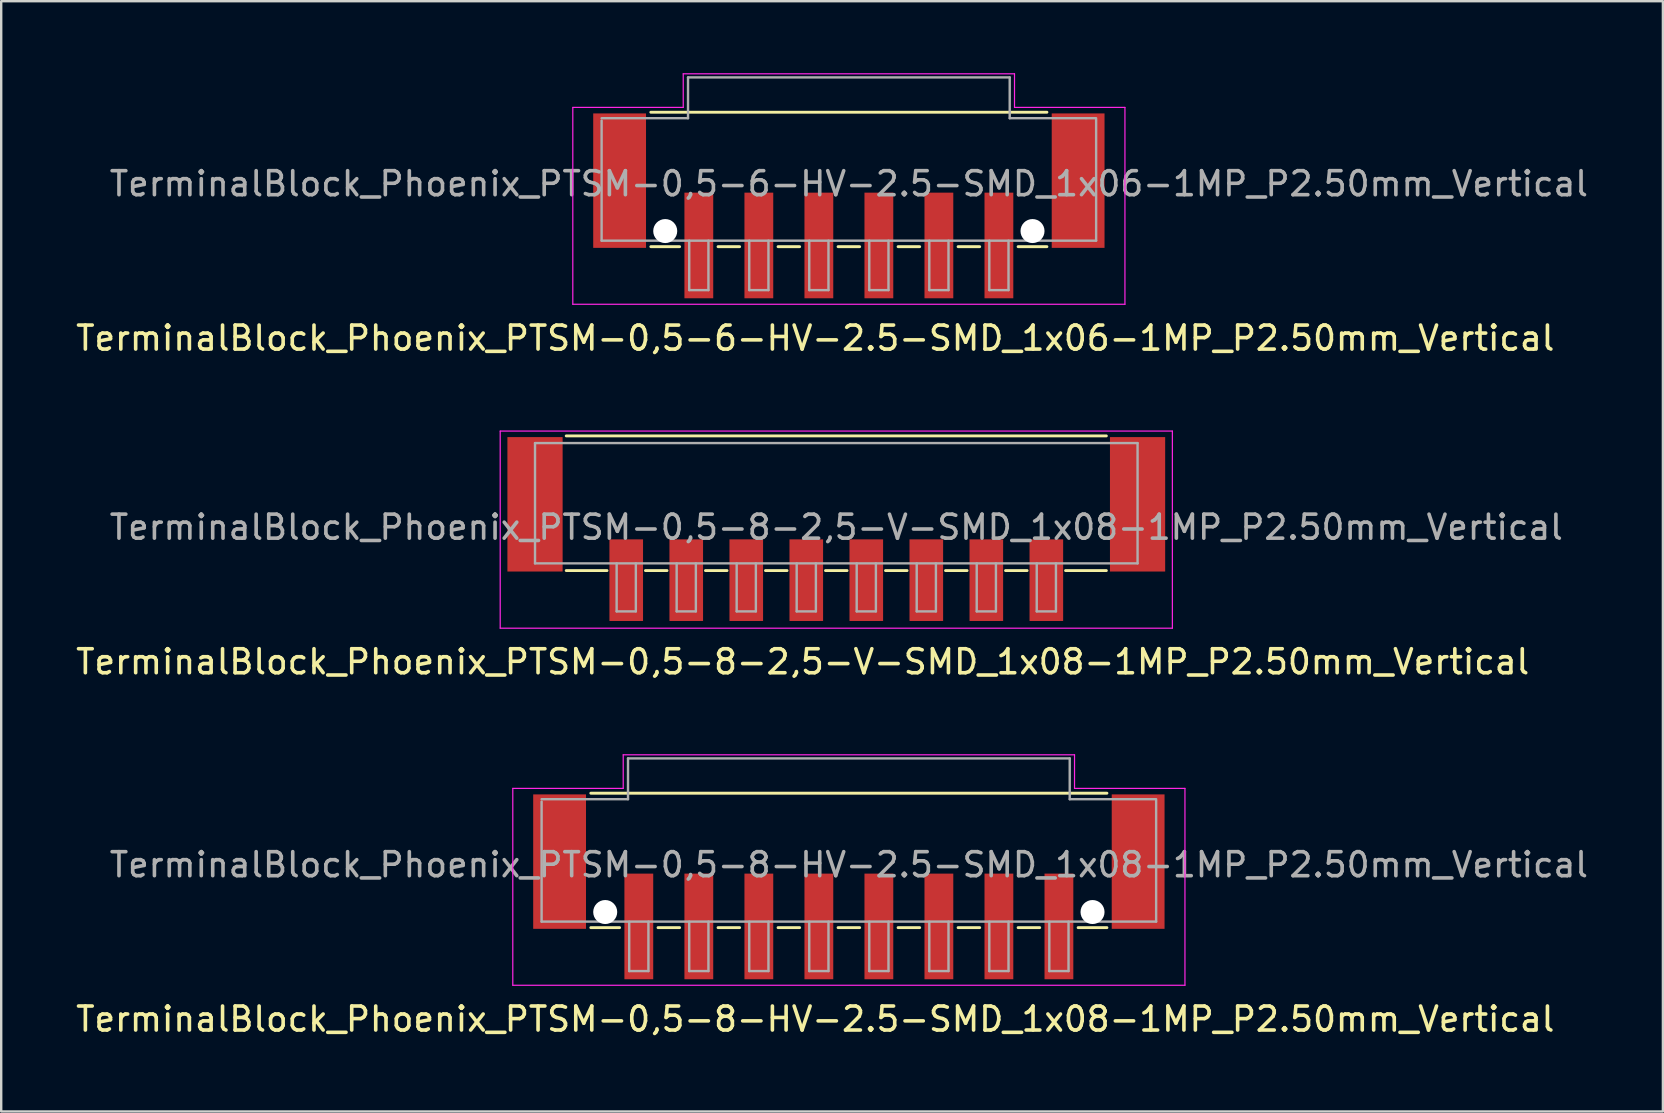
<source format=kicad_pcb>
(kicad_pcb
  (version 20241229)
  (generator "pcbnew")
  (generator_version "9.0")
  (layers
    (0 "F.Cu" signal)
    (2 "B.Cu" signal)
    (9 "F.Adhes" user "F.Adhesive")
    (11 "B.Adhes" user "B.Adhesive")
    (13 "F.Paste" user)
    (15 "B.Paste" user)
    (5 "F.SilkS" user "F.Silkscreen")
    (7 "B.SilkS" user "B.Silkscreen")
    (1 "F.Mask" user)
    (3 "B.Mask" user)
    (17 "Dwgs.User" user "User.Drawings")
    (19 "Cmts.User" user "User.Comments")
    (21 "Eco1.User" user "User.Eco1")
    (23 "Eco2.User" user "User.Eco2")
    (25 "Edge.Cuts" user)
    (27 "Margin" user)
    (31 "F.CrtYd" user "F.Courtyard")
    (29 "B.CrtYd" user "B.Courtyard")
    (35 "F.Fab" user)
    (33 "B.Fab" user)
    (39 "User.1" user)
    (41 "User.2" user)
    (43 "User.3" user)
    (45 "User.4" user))
  (footprint "TerminalBlock_Phoenix_PTSM-0,5-8-2,5-V-SMD_1x08-1MP_P2.50mm_Vertical"
    (layer "F.Cu")
    (at 31.787 18.988)
    (property "Reference" "TerminalBlock_Phoenix_PTSM-0,5-8-2,5-V-SMD_1x08-1MP_P2.50mm_Vertical" (at -1.4 5.53 0) (layer "F.SilkS") (effects (font (size 1 1) (thickness 0.15))))
    (attr smd)
    (fp_line (start -11.25 -3.88) (end 11.25 -3.88) (stroke (width 0.12) (type solid)) (layer "F.SilkS"))
    (fp_line (start -9.55 1.73) (end -11.25 1.73) (stroke (width 0.12) (type solid)) (layer "F.SilkS"))
    (fp_line (start -7.05 1.73) (end -7.95 1.73) (stroke (width 0.12) (type solid)) (layer "F.SilkS"))
    (fp_line (start -4.55 1.73) (end -5.45 1.73) (stroke (width 0.12) (type solid)) (layer "F.SilkS"))
    (fp_line (start -2.05 1.73) (end -2.95 1.73) (stroke (width 0.12) (type solid)) (layer "F.SilkS"))
    (fp_line (start 0.45 1.73) (end -0.45 1.73) (stroke (width 0.12) (type solid)) (layer "F.SilkS"))
    (fp_line (start 2.95 1.73) (end 2.05 1.73) (stroke (width 0.12) (type solid)) (layer "F.SilkS"))
    (fp_line (start 5.45 1.73) (end 4.55 1.73) (stroke (width 0.12) (type solid)) (layer "F.SilkS"))
    (fp_line (start 7.95 1.73) (end 7.05 1.73) (stroke (width 0.12) (type solid)) (layer "F.SilkS"))
    (fp_line (start 11.25 1.73) (end 9.55 1.73) (stroke (width 0.12) (type solid)) (layer "F.SilkS"))
    (fp_line (start -14 -4.08) (end 14 -4.08) (stroke (width 0.05) (type solid)) (layer "F.CrtYd"))
    (fp_line (start -14 4.13) (end -14 -4.08) (stroke (width 0.05) (type solid)) (layer "F.CrtYd"))
    (fp_line (start 14 -4.08) (end 14 4.13) (stroke (width 0.05) (type solid)) (layer "F.CrtYd"))
    (fp_line (start 14 4.13) (end -14 4.13) (stroke (width 0.05) (type solid)) (layer "F.CrtYd"))
    (fp_line (start -12.55 -3.58) (end 12.55 -3.58) (stroke (width 0.1) (type solid)) (layer "F.Fab"))
    (fp_line (start -12.55 1.43) (end -12.55 -3.58) (stroke (width 0.1) (type solid)) (layer "F.Fab"))
    (fp_line (start -9.15 1.43) (end -9.15 3.43) (stroke (width 0.1) (type solid)) (layer "F.Fab"))
    (fp_line (start -9.15 3.43) (end -8.35 3.43) (stroke (width 0.1) (type solid)) (layer "F.Fab"))
    (fp_line (start -8.35 1.43) (end -8.35 3.43) (stroke (width 0.1) (type solid)) (layer "F.Fab"))
    (fp_line (start -6.65 1.43) (end -6.65 3.43) (stroke (width 0.1) (type solid)) (layer "F.Fab"))
    (fp_line (start -6.65 3.43) (end -5.85 3.43) (stroke (width 0.1) (type solid)) (layer "F.Fab"))
    (fp_line (start -5.85 1.43) (end -5.85 3.43) (stroke (width 0.1) (type solid)) (layer "F.Fab"))
    (fp_line (start -4.15 1.43) (end -4.15 3.43) (stroke (width 0.1) (type solid)) (layer "F.Fab"))
    (fp_line (start -4.15 3.43) (end -3.35 3.43) (stroke (width 0.1) (type solid)) (layer "F.Fab"))
    (fp_line (start -3.35 1.43) (end -3.35 3.43) (stroke (width 0.1) (type solid)) (layer "F.Fab"))
    (fp_line (start -1.65 1.43) (end -1.65 3.43) (stroke (width 0.1) (type solid)) (layer "F.Fab"))
    (fp_line (start -1.65 3.43) (end -0.85 3.43) (stroke (width 0.1) (type solid)) (layer "F.Fab"))
    (fp_line (start -0.85 1.43) (end -0.85 3.43) (stroke (width 0.1) (type solid)) (layer "F.Fab"))
    (fp_line (start 0.85 1.43) (end 0.85 3.43) (stroke (width 0.1) (type solid)) (layer "F.Fab"))
    (fp_line (start 0.85 3.43) (end 1.65 3.43) (stroke (width 0.1) (type solid)) (layer "F.Fab"))
    (fp_line (start 1.65 1.43) (end 1.65 3.43) (stroke (width 0.1) (type solid)) (layer "F.Fab"))
    (fp_line (start 3.35 1.43) (end 3.35 3.43) (stroke (width 0.1) (type solid)) (layer "F.Fab"))
    (fp_line (start 3.35 3.43) (end 4.15 3.43) (stroke (width 0.1) (type solid)) (layer "F.Fab"))
    (fp_line (start 4.15 1.43) (end 4.15 3.43) (stroke (width 0.1) (type solid)) (layer "F.Fab"))
    (fp_line (start 5.85 1.43) (end 5.85 3.43) (stroke (width 0.1) (type solid)) (layer "F.Fab"))
    (fp_line (start 5.85 3.43) (end 6.65 3.43) (stroke (width 0.1) (type solid)) (layer "F.Fab"))
    (fp_line (start 6.65 1.43) (end 6.65 3.43) (stroke (width 0.1) (type solid)) (layer "F.Fab"))
    (fp_line (start 8.35 1.43) (end 8.35 3.43) (stroke (width 0.1) (type solid)) (layer "F.Fab"))
    (fp_line (start 8.35 3.43) (end 9.15 3.43) (stroke (width 0.1) (type solid)) (layer "F.Fab"))
    (fp_line (start 9.15 1.43) (end 9.15 3.43) (stroke (width 0.1) (type solid)) (layer "F.Fab"))
    (fp_line (start 12.55 1.43) (end -12.55 1.43) (stroke (width 0.1) (type solid)) (layer "F.Fab"))
    (fp_line (start 12.55 1.43) (end 12.55 -3.58) (stroke (width 0.1) (type solid)) (layer "F.Fab"))
    (fp_text user "${REFERENCE}" (at 0 -0.075 0) (layer "F.Fab") (effects (font (size 1 1) (thickness 0.15))))
    (pad "1" smd rect (at -8.75 2.13 180) (size 1.4 3.4) (layers "F.Cu" "F.Mask" "F.Paste"))
    (pad "2" smd rect (at -6.25 2.13 180) (size 1.4 3.4) (layers "F.Cu" "F.Mask" "F.Paste"))
    (pad "3" smd rect (at -3.75 2.13 180) (size 1.4 3.4) (layers "F.Cu" "F.Mask" "F.Paste"))
    (pad "4" smd rect (at -1.25 2.13 180) (size 1.4 3.4) (layers "F.Cu" "F.Mask" "F.Paste"))
    (pad "5" smd rect (at 1.25 2.13 180) (size 1.4 3.4) (layers "F.Cu" "F.Mask" "F.Paste"))
    (pad "6" smd rect (at 3.75 2.13 180) (size 1.4 3.4) (layers "F.Cu" "F.Mask" "F.Paste"))
    (pad "7" smd rect (at 6.25 2.13 180) (size 1.4 3.4) (layers "F.Cu" "F.Mask" "F.Paste"))
    (pad "8" smd rect (at 8.75 2.13 180) (size 1.4 3.4) (layers "F.Cu" "F.Mask" "F.Paste"))
    (pad "MP" smd rect (at -12.55 -1.03 180) (size 2.3 5.6) (layers "F.Cu" "F.Mask" "F.Paste"))
    (pad "MP" smd rect (at 12.55 -1.03 180) (size 2.3 5.6) (layers "F.Cu" "F.Mask" "F.Paste")))
  (footprint "TerminalBlock_Phoenix_PTSM-0,5-8-HV-2.5-SMD_1x08-1MP_P2.50mm_Vertical"
    (layer "F.Cu")
    (at 32.311 33.892)
    (property "Reference" "TerminalBlock_Phoenix_PTSM-0,5-8-HV-2.5-SMD_1x08-1MP_P2.50mm_Vertical" (at -1.4 5.51 0) (layer "F.SilkS") (effects (font (size 1 1) (thickness 0.15))))
    (attr smd)
    (fp_line (start -10.75 -3.9) (end 10.75 -3.9) (stroke (width 0.12) (type solid)) (layer "F.SilkS"))
    (fp_line (start -9.55 1.7) (end -10.75 1.7) (stroke (width 0.12) (type solid)) (layer "F.SilkS"))
    (fp_line (start -7.05 1.7) (end -7.95 1.7) (stroke (width 0.12) (type solid)) (layer "F.SilkS"))
    (fp_line (start -4.55 1.7) (end -5.45 1.7) (stroke (width 0.12) (type solid)) (layer "F.SilkS"))
    (fp_line (start -2.05 1.7) (end -2.95 1.7) (stroke (width 0.12) (type solid)) (layer "F.SilkS"))
    (fp_line (start 0.45 1.7) (end -0.45 1.7) (stroke (width 0.12) (type solid)) (layer "F.SilkS"))
    (fp_line (start 2.95 1.7) (end 2.05 1.7) (stroke (width 0.12) (type solid)) (layer "F.SilkS"))
    (fp_line (start 5.45 1.7) (end 4.55 1.7) (stroke (width 0.12) (type solid)) (layer "F.SilkS"))
    (fp_line (start 7.95 1.7) (end 7.05 1.7) (stroke (width 0.12) (type solid)) (layer "F.SilkS"))
    (fp_line (start 10.75 1.7) (end 9.55 1.7) (stroke (width 0.12) (type solid)) (layer "F.SilkS"))
    (fp_line (start -14 -4.1) (end -9.4 -4.1) (stroke (width 0.05) (type solid)) (layer "F.CrtYd"))
    (fp_line (start -14 4.1) (end -14 -4.1) (stroke (width 0.05) (type solid)) (layer "F.CrtYd"))
    (fp_line (start -9.4 -5.5) (end 9.4 -5.5) (stroke (width 0.05) (type solid)) (layer "F.CrtYd"))
    (fp_line (start -9.4 -4.1) (end -9.4 -5.5) (stroke (width 0.05) (type solid)) (layer "F.CrtYd"))
    (fp_line (start 9.4 -4.1) (end 9.4 -5.5) (stroke (width 0.05) (type solid)) (layer "F.CrtYd"))
    (fp_line (start 14 -4.1) (end 9.4 -4.1) (stroke (width 0.05) (type solid)) (layer "F.CrtYd"))
    (fp_line (start 14 -4.1) (end 14 4.1) (stroke (width 0.05) (type solid)) (layer "F.CrtYd"))
    (fp_line (start 14 4.1) (end -14 4.1) (stroke (width 0.05) (type solid)) (layer "F.CrtYd"))
    (fp_line (start -12.8 -3.65) (end -9.2 -3.65) (stroke (width 0.1) (type solid)) (layer "F.Fab"))
    (fp_line (start -12.8 1.45) (end -12.8 -3.55) (stroke (width 0.1) (type solid)) (layer "F.Fab"))
    (fp_line (start -9.2 -5.35) (end 9.2 -5.35) (stroke (width 0.1) (type solid)) (layer "F.Fab"))
    (fp_line (start -9.2 -3.65) (end -9.2 -5.35) (stroke (width 0.1) (type solid)) (layer "F.Fab"))
    (fp_line (start -9.15 1.45) (end -9.15 3.51) (stroke (width 0.1) (type solid)) (layer "F.Fab"))
    (fp_line (start -9.15 3.51) (end -8.35 3.51) (stroke (width 0.1) (type solid)) (layer "F.Fab"))
    (fp_line (start -8.35 1.45) (end -8.35 3.51) (stroke (width 0.1) (type solid)) (layer "F.Fab"))
    (fp_line (start -6.65 1.45) (end -6.65 3.51) (stroke (width 0.1) (type solid)) (layer "F.Fab"))
    (fp_line (start -6.65 3.51) (end -5.85 3.51) (stroke (width 0.1) (type solid)) (layer "F.Fab"))
    (fp_line (start -5.85 1.45) (end -5.85 3.51) (stroke (width 0.1) (type solid)) (layer "F.Fab"))
    (fp_line (start -4.15 1.45) (end -4.15 3.51) (stroke (width 0.1) (type solid)) (layer "F.Fab"))
    (fp_line (start -4.15 3.51) (end -3.35 3.51) (stroke (width 0.1) (type solid)) (layer "F.Fab"))
    (fp_line (start -3.35 1.45) (end -3.35 3.51) (stroke (width 0.1) (type solid)) (layer "F.Fab"))
    (fp_line (start -1.65 1.45) (end -1.65 3.51) (stroke (width 0.1) (type solid)) (layer "F.Fab"))
    (fp_line (start -1.65 3.51) (end -0.85 3.51) (stroke (width 0.1) (type solid)) (layer "F.Fab"))
    (fp_line (start -0.85 1.45) (end -0.85 3.51) (stroke (width 0.1) (type solid)) (layer "F.Fab"))
    (fp_line (start 0.85 1.45) (end 0.85 3.51) (stroke (width 0.1) (type solid)) (layer "F.Fab"))
    (fp_line (start 0.85 3.51) (end 1.65 3.51) (stroke (width 0.1) (type solid)) (layer "F.Fab"))
    (fp_line (start 1.65 1.45) (end 1.65 3.51) (stroke (width 0.1) (type solid)) (layer "F.Fab"))
    (fp_line (start 3.35 1.45) (end 3.35 3.51) (stroke (width 0.1) (type solid)) (layer "F.Fab"))
    (fp_line (start 3.35 3.51) (end 4.15 3.51) (stroke (width 0.1) (type solid)) (layer "F.Fab"))
    (fp_line (start 4.15 1.45) (end 4.15 3.51) (stroke (width 0.1) (type solid)) (layer "F.Fab"))
    (fp_line (start 5.85 1.45) (end 5.85 3.51) (stroke (width 0.1) (type solid)) (layer "F.Fab"))
    (fp_line (start 5.85 3.51) (end 6.65 3.51) (stroke (width 0.1) (type solid)) (layer "F.Fab"))
    (fp_line (start 6.65 1.45) (end 6.65 3.51) (stroke (width 0.1) (type solid)) (layer "F.Fab"))
    (fp_line (start 8.35 1.45) (end 8.35 3.51) (stroke (width 0.1) (type solid)) (layer "F.Fab"))
    (fp_line (start 8.35 3.51) (end 9.15 3.51) (stroke (width 0.1) (type solid)) (layer "F.Fab"))
    (fp_line (start 9.15 1.45) (end 9.15 3.51) (stroke (width 0.1) (type solid)) (layer "F.Fab"))
    (fp_line (start 9.2 -5.35) (end 9.2 -3.65) (stroke (width 0.1) (type solid)) (layer "F.Fab"))
    (fp_line (start 9.2 -3.65) (end 12.8 -3.65) (stroke (width 0.1) (type solid)) (layer "F.Fab"))
    (fp_line (start 12.8 1.45) (end -12.8 1.45) (stroke (width 0.1) (type solid)) (layer "F.Fab"))
    (fp_line (start 12.8 1.45) (end 12.8 -3.6) (stroke (width 0.1) (type solid)) (layer "F.Fab"))
    (fp_text user "${REFERENCE}" (at 0 -0.92 0) (layer "F.Fab") (effects (font (size 1 1) (thickness 0.15))))
    (pad "" np_thru_hole circle (at -10.15 1.05) (size 1 1) (drill 1) (layers "*.Cu" "*.Mask"))
    (pad "" np_thru_hole circle (at 10.15 1.05) (size 1 1) (drill 1) (layers "*.Cu" "*.Mask"))
    (pad "1" smd rect (at -8.75 1.65 180) (size 1.2 4.4) (layers "F.Cu" "F.Mask" "F.Paste"))
    (pad "2" smd rect (at -6.25 1.65 180) (size 1.2 4.4) (layers "F.Cu" "F.Mask" "F.Paste"))
    (pad "3" smd rect (at -3.75 1.65 180) (size 1.2 4.4) (layers "F.Cu" "F.Mask" "F.Paste"))
    (pad "4" smd rect (at -1.25 1.65 180) (size 1.2 4.4) (layers "F.Cu" "F.Mask" "F.Paste"))
    (pad "5" smd rect (at 1.25 1.65 180) (size 1.2 4.4) (layers "F.Cu" "F.Mask" "F.Paste"))
    (pad "6" smd rect (at 3.75 1.65 180) (size 1.2 4.4) (layers "F.Cu" "F.Mask" "F.Paste"))
    (pad "7" smd rect (at 6.25 1.65 180) (size 1.2 4.4) (layers "F.Cu" "F.Mask" "F.Paste"))
    (pad "8" smd rect (at 8.75 1.65 180) (size 1.2 4.4) (layers "F.Cu" "F.Mask" "F.Paste"))
    (pad "MP" smd rect (at -12.05 -1.05 180) (size 2.2 5.6) (layers "F.Cu" "F.Mask" "F.Paste"))
    (pad "MP" smd rect (at 12.05 -1.05 180) (size 2.2 5.6) (layers "F.Cu" "F.Mask" "F.Paste")))
  (footprint "TerminalBlock_Phoenix_PTSM-0,5-6-HV-2.5-SMD_1x06-1MP_P2.50mm_Vertical"
    (layer "F.Cu")
    (at 32.311 5.525)
    (property "Reference" "TerminalBlock_Phoenix_PTSM-0,5-6-HV-2.5-SMD_1x06-1MP_P2.50mm_Vertical" (at -1.4 5.51 0) (layer "F.SilkS") (effects (font (size 1 1) (thickness 0.15))))
    (attr smd)
    (fp_line (start -8.25 -3.9) (end 8.25 -3.9) (stroke (width 0.12) (type solid)) (layer "F.SilkS"))
    (fp_line (start -7.05 1.7) (end -8.25 1.7) (stroke (width 0.12) (type solid)) (layer "F.SilkS"))
    (fp_line (start -4.55 1.7) (end -5.45 1.7) (stroke (width 0.12) (type solid)) (layer "F.SilkS"))
    (fp_line (start -2.05 1.7) (end -2.95 1.7) (stroke (width 0.12) (type solid)) (layer "F.SilkS"))
    (fp_line (start 0.45 1.7) (end -0.45 1.7) (stroke (width 0.12) (type solid)) (layer "F.SilkS"))
    (fp_line (start 2.95 1.7) (end 2.05 1.7) (stroke (width 0.12) (type solid)) (layer "F.SilkS"))
    (fp_line (start 5.45 1.7) (end 4.55 1.7) (stroke (width 0.12) (type solid)) (layer "F.SilkS"))
    (fp_line (start 8.25 1.7) (end 7.05 1.7) (stroke (width 0.12) (type solid)) (layer "F.SilkS"))
    (fp_line (start -11.5 -4.1) (end -6.9 -4.1) (stroke (width 0.05) (type solid)) (layer "F.CrtYd"))
    (fp_line (start -11.5 4.1) (end -11.5 -4.1) (stroke (width 0.05) (type solid)) (layer "F.CrtYd"))
    (fp_line (start -6.9 -5.5) (end 6.9 -5.5) (stroke (width 0.05) (type solid)) (layer "F.CrtYd"))
    (fp_line (start -6.9 -4.1) (end -6.9 -5.5) (stroke (width 0.05) (type solid)) (layer "F.CrtYd"))
    (fp_line (start 6.9 -4.1) (end 6.9 -5.5) (stroke (width 0.05) (type solid)) (layer "F.CrtYd"))
    (fp_line (start 11.5 -4.1) (end 6.9 -4.1) (stroke (width 0.05) (type solid)) (layer "F.CrtYd"))
    (fp_line (start 11.5 -4.1) (end 11.5 4.1) (stroke (width 0.05) (type solid)) (layer "F.CrtYd"))
    (fp_line (start 11.5 4.1) (end -11.5 4.1) (stroke (width 0.05) (type solid)) (layer "F.CrtYd"))
    (fp_line (start -10.3 -3.65) (end -6.7 -3.65) (stroke (width 0.1) (type solid)) (layer "F.Fab"))
    (fp_line (start -10.3 1.45) (end -10.3 -3.55) (stroke (width 0.1) (type solid)) (layer "F.Fab"))
    (fp_line (start -6.7 -5.35) (end 6.7 -5.35) (stroke (width 0.1) (type solid)) (layer "F.Fab"))
    (fp_line (start -6.7 -3.65) (end -6.7 -5.35) (stroke (width 0.1) (type solid)) (layer "F.Fab"))
    (fp_line (start -6.65 1.45) (end -6.65 3.51) (stroke (width 0.1) (type solid)) (layer "F.Fab"))
    (fp_line (start -6.65 3.51) (end -5.85 3.51) (stroke (width 0.1) (type solid)) (layer "F.Fab"))
    (fp_line (start -5.85 1.45) (end -5.85 3.51) (stroke (width 0.1) (type solid)) (layer "F.Fab"))
    (fp_line (start -4.15 1.45) (end -4.15 3.51) (stroke (width 0.1) (type solid)) (layer "F.Fab"))
    (fp_line (start -4.15 3.51) (end -3.35 3.51) (stroke (width 0.1) (type solid)) (layer "F.Fab"))
    (fp_line (start -3.35 1.45) (end -3.35 3.51) (stroke (width 0.1) (type solid)) (layer "F.Fab"))
    (fp_line (start -1.65 1.45) (end -1.65 3.51) (stroke (width 0.1) (type solid)) (layer "F.Fab"))
    (fp_line (start -1.65 3.51) (end -0.85 3.51) (stroke (width 0.1) (type solid)) (layer "F.Fab"))
    (fp_line (start -0.85 1.45) (end -0.85 3.51) (stroke (width 0.1) (type solid)) (layer "F.Fab"))
    (fp_line (start 0.85 1.45) (end 0.85 3.51) (stroke (width 0.1) (type solid)) (layer "F.Fab"))
    (fp_line (start 0.85 3.51) (end 1.65 3.51) (stroke (width 0.1) (type solid)) (layer "F.Fab"))
    (fp_line (start 1.65 1.45) (end 1.65 3.51) (stroke (width 0.1) (type solid)) (layer "F.Fab"))
    (fp_line (start 3.35 1.45) (end 3.35 3.51) (stroke (width 0.1) (type solid)) (layer "F.Fab"))
    (fp_line (start 3.35 3.51) (end 4.15 3.51) (stroke (width 0.1) (type solid)) (layer "F.Fab"))
    (fp_line (start 4.15 1.45) (end 4.15 3.51) (stroke (width 0.1) (type solid)) (layer "F.Fab"))
    (fp_line (start 5.85 1.45) (end 5.85 3.51) (stroke (width 0.1) (type solid)) (layer "F.Fab"))
    (fp_line (start 5.85 3.51) (end 6.65 3.51) (stroke (width 0.1) (type solid)) (layer "F.Fab"))
    (fp_line (start 6.65 1.45) (end 6.65 3.51) (stroke (width 0.1) (type solid)) (layer "F.Fab"))
    (fp_line (start 6.7 -5.35) (end 6.7 -3.65) (stroke (width 0.1) (type solid)) (layer "F.Fab"))
    (fp_line (start 6.7 -3.65) (end 10.3 -3.65) (stroke (width 0.1) (type solid)) (layer "F.Fab"))
    (fp_line (start 10.3 1.45) (end -10.3 1.45) (stroke (width 0.1) (type solid)) (layer "F.Fab"))
    (fp_line (start 10.3 1.45) (end 10.3 -3.6) (stroke (width 0.1) (type solid)) (layer "F.Fab"))
    (fp_text user "${REFERENCE}" (at 0 -0.92 0) (layer "F.Fab") (effects (font (size 1 1) (thickness 0.15))))
    (pad "" np_thru_hole circle (at -7.65 1.05) (size 1 1) (drill 1) (layers "*.Cu" "*.Mask"))
    (pad "" np_thru_hole circle (at 7.65 1.05) (size 1 1) (drill 1) (layers "*.Cu" "*.Mask"))
    (pad "1" smd rect (at -6.25 1.65 180) (size 1.2 4.4) (layers "F.Cu" "F.Mask" "F.Paste"))
    (pad "2" smd rect (at -3.75 1.65 180) (size 1.2 4.4) (layers "F.Cu" "F.Mask" "F.Paste"))
    (pad "3" smd rect (at -1.25 1.65 180) (size 1.2 4.4) (layers "F.Cu" "F.Mask" "F.Paste"))
    (pad "4" smd rect (at 1.25 1.65 180) (size 1.2 4.4) (layers "F.Cu" "F.Mask" "F.Paste"))
    (pad "5" smd rect (at 3.75 1.65 180) (size 1.2 4.4) (layers "F.Cu" "F.Mask" "F.Paste"))
    (pad "6" smd rect (at 6.25 1.65 180) (size 1.2 4.4) (layers "F.Cu" "F.Mask" "F.Paste"))
    (pad "MP" smd rect (at -9.55 -1.05 180) (size 2.2 5.6) (layers "F.Cu" "F.Mask" "F.Paste"))
    (pad "MP" smd rect (at 9.55 -1.05 180) (size 2.2 5.6) (layers "F.Cu" "F.Mask" "F.Paste")))
  (gr_rect
    (start -3 -3)
    (end 66.221 43.25)
    (stroke (width 0.1) (type default))
    (fill no)
    (layer "Edge.Cuts")))
</source>
